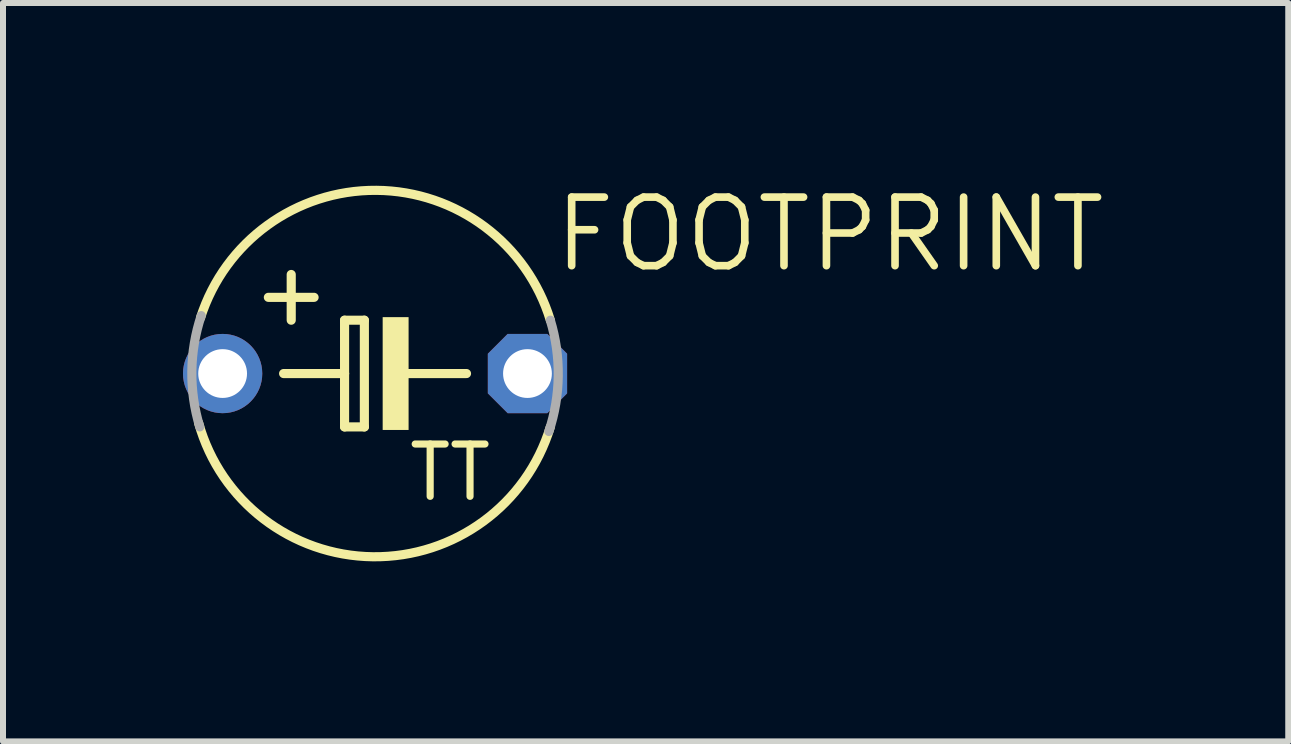
<source format=kicad_pcb>
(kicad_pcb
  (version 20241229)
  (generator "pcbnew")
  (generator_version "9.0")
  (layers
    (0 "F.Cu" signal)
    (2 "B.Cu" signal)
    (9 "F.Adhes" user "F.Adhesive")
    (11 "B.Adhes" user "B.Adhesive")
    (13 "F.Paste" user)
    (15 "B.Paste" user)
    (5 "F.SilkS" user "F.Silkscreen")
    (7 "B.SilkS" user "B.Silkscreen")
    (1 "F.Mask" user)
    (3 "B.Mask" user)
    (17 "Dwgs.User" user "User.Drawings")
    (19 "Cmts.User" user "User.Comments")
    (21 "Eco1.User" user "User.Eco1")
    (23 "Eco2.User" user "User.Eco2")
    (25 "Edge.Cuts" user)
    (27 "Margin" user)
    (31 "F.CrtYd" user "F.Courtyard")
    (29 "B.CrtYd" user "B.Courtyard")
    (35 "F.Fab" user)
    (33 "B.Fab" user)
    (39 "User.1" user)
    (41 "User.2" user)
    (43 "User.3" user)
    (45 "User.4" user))
  (footprint "FOOTPRINT"
    (layer "F.Cu")
    (at 3.2 3.175)
    (property "Reference" "FOOTPRINT" (at 2.921 -1.651 0) (layer "F.SilkS") (effects (font (size 1.143 1.143) (thickness 0.127)) (justify left bottom)))
    (fp_line (start -1.778 -1.27) (end -1.016 -1.27) (stroke (width 0.152) (type solid)) (layer "F.SilkS"))
    (fp_line (start -1.524 0) (end -0.508 0) (stroke (width 0.152) (type solid)) (layer "F.SilkS"))
    (fp_line (start -1.397 -1.651) (end -1.397 -0.889) (stroke (width 0.152) (type solid)) (layer "F.SilkS"))
    (fp_line (start -0.508 -0.889) (end -0.508 0) (stroke (width 0.152) (type solid)) (layer "F.SilkS"))
    (fp_line (start -0.508 0) (end -0.508 0.889) (stroke (width 0.152) (type solid)) (layer "F.SilkS"))
    (fp_line (start -0.508 0.889) (end -0.178 0.889) (stroke (width 0.152) (type solid)) (layer "F.SilkS"))
    (fp_line (start -0.178 -0.889) (end -0.508 -0.889) (stroke (width 0.152) (type solid)) (layer "F.SilkS"))
    (fp_line (start -0.178 0.889) (end -0.178 -0.889) (stroke (width 0.152) (type solid)) (layer "F.SilkS"))
    (fp_line (start 0.508 0) (end 1.524 0) (stroke (width 0.152) (type solid)) (layer "F.SilkS"))
    (fp_arc (start -2.908 -0.9307) (mid 0.021834 -3.053218) (end 2.921002 -0.889001) (stroke (width 0.1524) (type solid)) (layer "F.SilkS"))
    (fp_arc (start 2.921099 0.889) (mid -0.034265 3.05318) (end -2.9403 0.8232) (stroke (width 0.1524) (type solid)) (layer "F.SilkS"))
    (fp_poly (pts (xy 0.127 0.94) (xy 0.559 0.94) (xy 0.559 -0.94) (xy 0.127 -0.94)) (stroke (width 0) (type solid)) (fill yes) (layer "F.SilkS"))
    (fp_arc (start -2.921 0.889) (mid -3.053017 -0.040148) (end -2.8966 -0.9655) (stroke (width 0.1524) (type solid)) (layer "F.Fab"))
    (fp_arc (start 2.921 -0.889) (mid 3.053017 0.040148) (end 2.8966 0.9655) (stroke (width 0.1524) (type solid)) (layer "F.Fab"))
    (fp_text user "TT" (at 0.508 2.159 0) (layer "F.SilkS") (effects (font (size 0.872 0.872) (thickness 0.119)) (justify left bottom)))
    (pad "+" thru_hole circle (at -2.54 0) (size 1.321 1.321) (drill 0.813) (layers "*.Cu" "*.Mask"))
    (pad "-" thru_hole roundrect (at 2.54 0) (size 1.321 1.321) (drill 0.813) (layers "*.Cu" "*.Mask") (roundrect_rratio 0.25) (chamfer_ratio 0.25) (chamfer top_left top_right bottom_left bottom_right)))
  (gr_rect
    (start -3 -3)
    (end 18.418 9.305)
    (stroke (width 0.1) (type default))
    (fill no)
    (layer "Edge.Cuts")))
</source>
